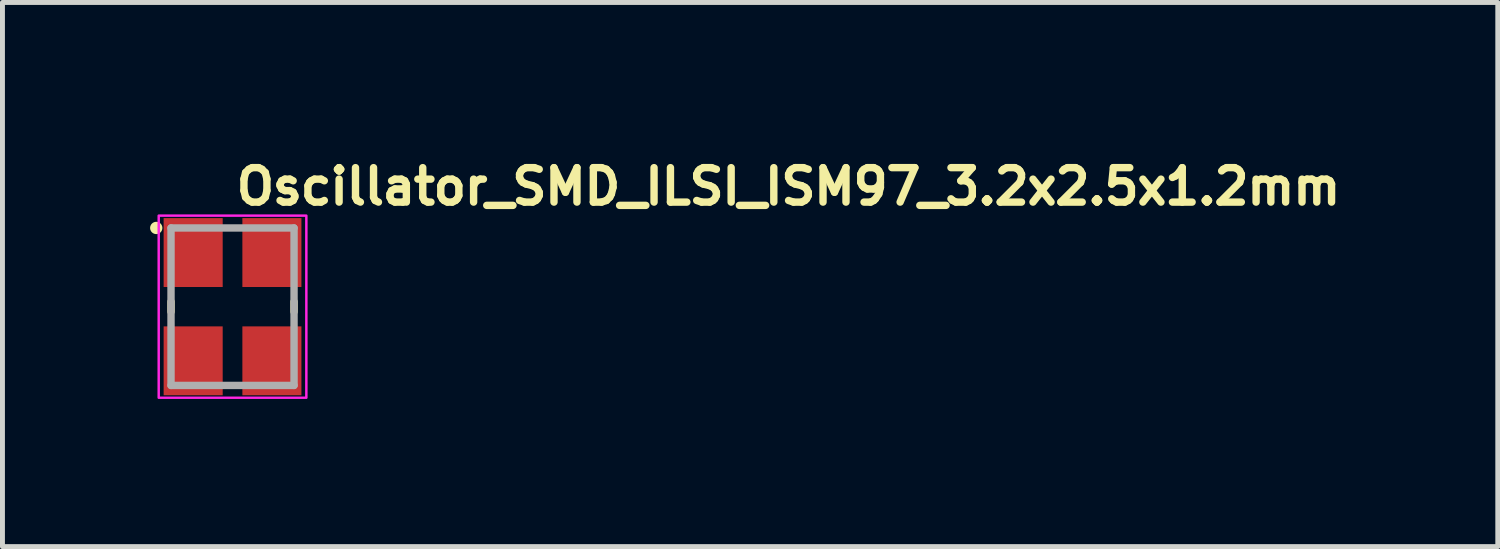
<source format=kicad_pcb>
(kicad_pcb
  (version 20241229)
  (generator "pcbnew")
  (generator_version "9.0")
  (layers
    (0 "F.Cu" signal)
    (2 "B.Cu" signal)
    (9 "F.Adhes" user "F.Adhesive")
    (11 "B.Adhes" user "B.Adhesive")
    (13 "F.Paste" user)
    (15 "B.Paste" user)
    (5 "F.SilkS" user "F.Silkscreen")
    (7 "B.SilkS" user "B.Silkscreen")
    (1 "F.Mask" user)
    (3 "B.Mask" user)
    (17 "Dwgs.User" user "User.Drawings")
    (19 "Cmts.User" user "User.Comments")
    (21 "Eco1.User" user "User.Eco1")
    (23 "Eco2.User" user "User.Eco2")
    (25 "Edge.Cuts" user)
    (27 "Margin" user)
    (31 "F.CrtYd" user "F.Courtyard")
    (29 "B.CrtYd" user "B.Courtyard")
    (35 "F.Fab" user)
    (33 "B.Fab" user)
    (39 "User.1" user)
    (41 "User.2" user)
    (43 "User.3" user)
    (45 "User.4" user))
  (footprint "Oscillator_SMD_ILSI_ISM97_3.2x2.5x1.2mm"
    (layer "F.Cu")
    (at 1.675 3.182)
    (property "Reference" "Oscillator_SMD_ILSI_ISM97_3.2x2.5x1.2mm" (at 0 -2.032 0) (unlocked yes) (layer "F.SilkS") (effects (font (size 0.7 0.7) (thickness 0.15)) (justify left bottom)))
    (attr smd)
    (fp_line (start -1.25 -0.102) (end -1.25 0.102) (stroke (width 0.15) (type solid)) (layer "F.SilkS"))
    (fp_line (start 1.25 -0.102) (end 1.25 0.102) (stroke (width 0.15) (type solid)) (layer "F.SilkS"))
    (fp_circle (center -1.55 -1.6) (end -1.5 -1.6) (stroke (width 0.15) (type solid)) (fill yes) (layer "F.SilkS"))
    (fp_rect (start 1.5 -1.85) (end -1.5 1.85) (stroke (width 0.05) (type solid)) (fill no) (layer "F.CrtYd"))
    (fp_line (start -1.25 -1.6) (end -1.25 1.6) (stroke (width 0.15) (type solid)) (layer "F.Fab"))
    (fp_line (start 1.25 -1.6) (end -1.25 -1.6) (stroke (width 0.15) (type solid)) (layer "F.Fab"))
    (fp_line (start 1.25 -1.6) (end 1.25 1.6) (stroke (width 0.15) (type solid)) (layer "F.Fab"))
    (fp_line (start 1.25 1.6) (end -1.25 1.6) (stroke (width 0.15) (type solid)) (layer "F.Fab"))
    (fp_rect (start 1.25 -1.6) (end -1.25 1.6) (stroke (width 0.1) (type solid)) (fill no) (layer "User.5"))
    (fp_line (start -1.25 -1.475) (end -1.25 1.475) (stroke (width 0.02) (type solid)) (layer "User.9"))
    (fp_line (start -1.25 -1.475) (end -1.244 -1.475) (stroke (width 0.02) (type solid)) (layer "User.9"))
    (fp_line (start -1.244 -1.475) (end -1.238 -1.476) (stroke (width 0.02) (type solid)) (layer "User.9"))
    (fp_line (start -1.244 1.475) (end -1.25 1.475) (stroke (width 0.02) (type solid)) (layer "User.9"))
    (fp_line (start -1.238 -1.476) (end -1.232 -1.476) (stroke (width 0.02) (type solid)) (layer "User.9"))
    (fp_line (start -1.238 1.476) (end -1.244 1.475) (stroke (width 0.02) (type solid)) (layer "User.9"))
    (fp_line (start -1.232 -1.476) (end -1.226 -1.477) (stroke (width 0.02) (type solid)) (layer "User.9"))
    (fp_line (start -1.232 1.476) (end -1.238 1.476) (stroke (width 0.02) (type solid)) (layer "User.9"))
    (fp_line (start -1.226 -1.477) (end -1.22 -1.479) (stroke (width 0.02) (type solid)) (layer "User.9"))
    (fp_line (start -1.226 1.477) (end -1.232 1.476) (stroke (width 0.02) (type solid)) (layer "User.9"))
    (fp_line (start -1.22 -1.479) (end -1.214 -1.48) (stroke (width 0.02) (type solid)) (layer "User.9"))
    (fp_line (start -1.22 1.479) (end -1.226 1.477) (stroke (width 0.02) (type solid)) (layer "User.9"))
    (fp_line (start -1.214 -1.48) (end -1.208 -1.482) (stroke (width 0.02) (type solid)) (layer "User.9"))
    (fp_line (start -1.214 1.48) (end -1.22 1.479) (stroke (width 0.02) (type solid)) (layer "User.9"))
    (fp_line (start -1.208 -1.482) (end -1.202 -1.485) (stroke (width 0.02) (type solid)) (layer "User.9"))
    (fp_line (start -1.208 1.482) (end -1.214 1.48) (stroke (width 0.02) (type solid)) (layer "User.9"))
    (fp_line (start -1.202 -1.485) (end -1.197 -1.487) (stroke (width 0.02) (type solid)) (layer "User.9"))
    (fp_line (start -1.202 1.485) (end -1.208 1.482) (stroke (width 0.02) (type solid)) (layer "User.9"))
    (fp_line (start -1.197 -1.487) (end -1.191 -1.49) (stroke (width 0.02) (type solid)) (layer "User.9"))
    (fp_line (start -1.197 1.487) (end -1.202 1.485) (stroke (width 0.02) (type solid)) (layer "User.9"))
    (fp_line (start -1.191 -1.49) (end -1.186 -1.493) (stroke (width 0.02) (type solid)) (layer "User.9"))
    (fp_line (start -1.191 1.49) (end -1.197 1.487) (stroke (width 0.02) (type solid)) (layer "User.9"))
    (fp_line (start -1.186 -1.493) (end -1.181 -1.496) (stroke (width 0.02) (type solid)) (layer "User.9"))
    (fp_line (start -1.186 1.493) (end -1.191 1.49) (stroke (width 0.02) (type solid)) (layer "User.9"))
    (fp_line (start -1.181 -1.496) (end -1.176 -1.5) (stroke (width 0.02) (type solid)) (layer "User.9"))
    (fp_line (start -1.181 1.496) (end -1.186 1.493) (stroke (width 0.02) (type solid)) (layer "User.9"))
    (fp_line (start -1.176 -1.5) (end -1.171 -1.503) (stroke (width 0.02) (type solid)) (layer "User.9"))
    (fp_line (start -1.176 1.5) (end -1.181 1.496) (stroke (width 0.02) (type solid)) (layer "User.9"))
    (fp_line (start -1.171 -1.503) (end -1.166 -1.507) (stroke (width 0.02) (type solid)) (layer "User.9"))
    (fp_line (start -1.171 1.503) (end -1.176 1.5) (stroke (width 0.02) (type solid)) (layer "User.9"))
    (fp_line (start -1.166 -1.507) (end -1.162 -1.512) (stroke (width 0.02) (type solid)) (layer "User.9"))
    (fp_line (start -1.166 1.507) (end -1.171 1.503) (stroke (width 0.02) (type solid)) (layer "User.9"))
    (fp_line (start -1.162 -1.512) (end -1.162 -1.512) (stroke (width 0.02) (type solid)) (layer "User.9"))
    (fp_line (start -1.162 -1.512) (end -1.157 -1.516) (stroke (width 0.02) (type solid)) (layer "User.9"))
    (fp_line (start -1.162 1.512) (end -1.166 1.507) (stroke (width 0.02) (type solid)) (layer "User.9"))
    (fp_line (start -1.162 1.512) (end -1.162 1.512) (stroke (width 0.02) (type solid)) (layer "User.9"))
    (fp_line (start -1.157 -1.516) (end -1.153 -1.521) (stroke (width 0.02) (type solid)) (layer "User.9"))
    (fp_line (start -1.157 1.516) (end -1.162 1.512) (stroke (width 0.02) (type solid)) (layer "User.9"))
    (fp_line (start -1.153 -1.521) (end -1.15 -1.526) (stroke (width 0.02) (type solid)) (layer "User.9"))
    (fp_line (start -1.153 1.521) (end -1.157 1.516) (stroke (width 0.02) (type solid)) (layer "User.9"))
    (fp_line (start -1.15 -1.526) (end -1.146 -1.531) (stroke (width 0.02) (type solid)) (layer "User.9"))
    (fp_line (start -1.15 -1.41) (end -1.15 -1.405) (stroke (width 0.02) (type solid)) (layer "User.9"))
    (fp_line (start -1.15 -1.405) (end -1.15 -1.4) (stroke (width 0.02) (type solid)) (layer "User.9"))
    (fp_line (start -1.15 -1.4) (end -1.15 1.4) (stroke (width 0.02) (type solid)) (layer "User.9"))
    (fp_line (start -1.15 1.4) (end -1.15 1.405) (stroke (width 0.02) (type solid)) (layer "User.9"))
    (fp_line (start -1.15 1.405) (end -1.15 1.41) (stroke (width 0.02) (type solid)) (layer "User.9"))
    (fp_line (start -1.15 1.41) (end -1.149 1.415) (stroke (width 0.02) (type solid)) (layer "User.9"))
    (fp_line (start -1.15 1.526) (end -1.153 1.521) (stroke (width 0.02) (type solid)) (layer "User.9"))
    (fp_line (start -1.149 -1.415) (end -1.15 -1.41) (stroke (width 0.02) (type solid)) (layer "User.9"))
    (fp_line (start -1.149 1.415) (end -1.148 1.42) (stroke (width 0.02) (type solid)) (layer "User.9"))
    (fp_line (start -1.148 -1.42) (end -1.149 -1.415) (stroke (width 0.02) (type solid)) (layer "User.9"))
    (fp_line (start -1.148 1.42) (end -1.147 1.424) (stroke (width 0.02) (type solid)) (layer "User.9"))
    (fp_line (start -1.147 -1.424) (end -1.148 -1.42) (stroke (width 0.02) (type solid)) (layer "User.9"))
    (fp_line (start -1.147 1.424) (end -1.146 1.429) (stroke (width 0.02) (type solid)) (layer "User.9"))
    (fp_line (start -1.146 -1.531) (end -1.143 -1.536) (stroke (width 0.02) (type solid)) (layer "User.9"))
    (fp_line (start -1.146 -1.429) (end -1.147 -1.424) (stroke (width 0.02) (type solid)) (layer "User.9"))
    (fp_line (start -1.146 1.429) (end -1.144 1.434) (stroke (width 0.02) (type solid)) (layer "User.9"))
    (fp_line (start -1.146 1.531) (end -1.15 1.526) (stroke (width 0.02) (type solid)) (layer "User.9"))
    (fp_line (start -1.144 -1.434) (end -1.146 -1.429) (stroke (width 0.02) (type solid)) (layer "User.9"))
    (fp_line (start -1.144 1.434) (end -1.142 1.438) (stroke (width 0.02) (type solid)) (layer "User.9"))
    (fp_line (start -1.143 -1.536) (end -1.14 -1.541) (stroke (width 0.02) (type solid)) (layer "User.9"))
    (fp_line (start -1.143 1.536) (end -1.146 1.531) (stroke (width 0.02) (type solid)) (layer "User.9"))
    (fp_line (start -1.142 -1.438) (end -1.144 -1.434) (stroke (width 0.02) (type solid)) (layer "User.9"))
    (fp_line (start -1.142 1.438) (end -1.14 1.443) (stroke (width 0.02) (type solid)) (layer "User.9"))
    (fp_line (start -1.14 -1.541) (end -1.137 -1.547) (stroke (width 0.02) (type solid)) (layer "User.9"))
    (fp_line (start -1.14 -1.443) (end -1.142 -1.438) (stroke (width 0.02) (type solid)) (layer "User.9"))
    (fp_line (start -1.14 1.443) (end -1.138 1.447) (stroke (width 0.02) (type solid)) (layer "User.9"))
    (fp_line (start -1.14 1.541) (end -1.143 1.536) (stroke (width 0.02) (type solid)) (layer "User.9"))
    (fp_line (start -1.138 -1.447) (end -1.14 -1.443) (stroke (width 0.02) (type solid)) (layer "User.9"))
    (fp_line (start -1.138 1.447) (end -1.136 1.451) (stroke (width 0.02) (type solid)) (layer "User.9"))
    (fp_line (start -1.137 -1.547) (end -1.135 -1.552) (stroke (width 0.02) (type solid)) (layer "User.9"))
    (fp_line (start -1.137 1.547) (end -1.14 1.541) (stroke (width 0.02) (type solid)) (layer "User.9"))
    (fp_line (start -1.136 -1.451) (end -1.138 -1.447) (stroke (width 0.02) (type solid)) (layer "User.9"))
    (fp_line (start -1.136 1.451) (end -1.133 1.455) (stroke (width 0.02) (type solid)) (layer "User.9"))
    (fp_line (start -1.135 -1.552) (end -1.132 -1.558) (stroke (width 0.02) (type solid)) (layer "User.9"))
    (fp_line (start -1.135 1.552) (end -1.137 1.547) (stroke (width 0.02) (type solid)) (layer "User.9"))
    (fp_line (start -1.133 -1.455) (end -1.136 -1.451) (stroke (width 0.02) (type solid)) (layer "User.9"))
    (fp_line (start -1.133 1.455) (end -1.13 1.459) (stroke (width 0.02) (type solid)) (layer "User.9"))
    (fp_line (start -1.132 -1.558) (end -1.13 -1.564) (stroke (width 0.02) (type solid)) (layer "User.9"))
    (fp_line (start -1.132 1.558) (end -1.135 1.552) (stroke (width 0.02) (type solid)) (layer "User.9"))
    (fp_line (start -1.13 -1.564) (end -1.129 -1.57) (stroke (width 0.02) (type solid)) (layer "User.9"))
    (fp_line (start -1.13 -1.459) (end -1.133 -1.455) (stroke (width 0.02) (type solid)) (layer "User.9"))
    (fp_line (start -1.13 1.459) (end -1.127 1.463) (stroke (width 0.02) (type solid)) (layer "User.9"))
    (fp_line (start -1.13 1.564) (end -1.132 1.558) (stroke (width 0.02) (type solid)) (layer "User.9"))
    (fp_line (start -1.129 -1.57) (end -1.127 -1.575) (stroke (width 0.02) (type solid)) (layer "User.9"))
    (fp_line (start -1.129 1.57) (end -1.13 1.564) (stroke (width 0.02) (type solid)) (layer "User.9"))
    (fp_line (start -1.127 -1.575) (end -1.126 -1.582) (stroke (width 0.02) (type solid)) (layer "User.9"))
    (fp_line (start -1.127 -1.463) (end -1.13 -1.459) (stroke (width 0.02) (type solid)) (layer "User.9"))
    (fp_line (start -1.127 1.463) (end -1.124 1.467) (stroke (width 0.02) (type solid)) (layer "User.9"))
    (fp_line (start -1.127 1.575) (end -1.129 1.57) (stroke (width 0.02) (type solid)) (layer "User.9"))
    (fp_line (start -1.126 -1.588) (end -1.125 -1.594) (stroke (width 0.02) (type solid)) (layer "User.9"))
    (fp_line (start -1.126 -1.582) (end -1.126 -1.588) (stroke (width 0.02) (type solid)) (layer "User.9"))
    (fp_line (start -1.126 1.582) (end -1.127 1.575) (stroke (width 0.02) (type solid)) (layer "User.9"))
    (fp_line (start -1.126 1.588) (end -1.126 1.582) (stroke (width 0.02) (type solid)) (layer "User.9"))
    (fp_line (start -1.125 -1.6) (end -0.55 -1.6) (stroke (width 0.02) (type solid)) (layer "User.9"))
    (fp_line (start -1.125 -1.594) (end -1.125 -1.6) (stroke (width 0.02) (type solid)) (layer "User.9"))
    (fp_line (start -1.125 1.594) (end -1.126 1.588) (stroke (width 0.02) (type solid)) (layer "User.9"))
    (fp_line (start -1.125 1.6) (end -1.125 1.594) (stroke (width 0.02) (type solid)) (layer "User.9"))
    (fp_line (start -1.125 1.6) (end -0.55 1.6) (stroke (width 0.02) (type solid)) (layer "User.9"))
    (fp_line (start -1.124 -1.467) (end -1.127 -1.463) (stroke (width 0.02) (type solid)) (layer "User.9"))
    (fp_line (start -1.124 1.467) (end -1.121 1.471) (stroke (width 0.02) (type solid)) (layer "User.9"))
    (fp_line (start -1.121 -1.471) (end -1.124 -1.467) (stroke (width 0.02) (type solid)) (layer "User.9"))
    (fp_line (start -1.121 -1.471) (end -1.121 -1.471) (stroke (width 0.02) (type solid)) (layer "User.9"))
    (fp_line (start -1.121 1.471) (end -1.121 1.471) (stroke (width 0.02) (type solid)) (layer "User.9"))
    (fp_line (start -1.121 1.471) (end -1.117 1.474) (stroke (width 0.02) (type solid)) (layer "User.9"))
    (fp_line (start -1.117 -1.474) (end -1.121 -1.471) (stroke (width 0.02) (type solid)) (layer "User.9"))
    (fp_line (start -1.117 1.474) (end -1.113 1.477) (stroke (width 0.02) (type solid)) (layer "User.9"))
    (fp_line (start -1.113 -1.477) (end -1.117 -1.474) (stroke (width 0.02) (type solid)) (layer "User.9"))
    (fp_line (start -1.113 1.477) (end -1.109 1.48) (stroke (width 0.02) (type solid)) (layer "User.9"))
    (fp_line (start -1.109 -1.48) (end -1.113 -1.477) (stroke (width 0.02) (type solid)) (layer "User.9"))
    (fp_line (start -1.109 1.48) (end -1.105 1.483) (stroke (width 0.02) (type solid)) (layer "User.9"))
    (fp_line (start -1.105 -1.483) (end -1.109 -1.48) (stroke (width 0.02) (type solid)) (layer "User.9"))
    (fp_line (start -1.105 1.483) (end -1.101 1.486) (stroke (width 0.02) (type solid)) (layer "User.9"))
    (fp_line (start -1.101 -1.486) (end -1.105 -1.483) (stroke (width 0.02) (type solid)) (layer "User.9"))
    (fp_line (start -1.101 1.486) (end -1.097 1.488) (stroke (width 0.02) (type solid)) (layer "User.9"))
    (fp_line (start -1.1 -1.405) (end -1.1 -1.402) (stroke (width 0.02) (type solid)) (layer "User.9"))
    (fp_line (start -1.1 -1.402) (end -1.1 -1.4) (stroke (width 0.02) (type solid)) (layer "User.9"))
    (fp_line (start -1.1 -1.4) (end -1.1 1.4) (stroke (width 0.02) (type solid)) (layer "User.9"))
    (fp_line (start -1.1 1.4) (end -1.1 1.402) (stroke (width 0.02) (type solid)) (layer "User.9"))
    (fp_line (start -1.1 1.402) (end -1.1 1.405) (stroke (width 0.02) (type solid)) (layer "User.9"))
    (fp_line (start -1.1 1.405) (end -1.099 1.407) (stroke (width 0.02) (type solid)) (layer "User.9"))
    (fp_line (start -1.099 -1.41) (end -1.099 -1.407) (stroke (width 0.02) (type solid)) (layer "User.9"))
    (fp_line (start -1.099 -1.407) (end -1.1 -1.405) (stroke (width 0.02) (type solid)) (layer "User.9"))
    (fp_line (start -1.099 1.407) (end -1.099 1.41) (stroke (width 0.02) (type solid)) (layer "User.9"))
    (fp_line (start -1.099 1.41) (end -1.098 1.412) (stroke (width 0.02) (type solid)) (layer "User.9"))
    (fp_line (start -1.098 -1.415) (end -1.098 -1.412) (stroke (width 0.02) (type solid)) (layer "User.9"))
    (fp_line (start -1.098 -1.412) (end -1.099 -1.41) (stroke (width 0.02) (type solid)) (layer "User.9"))
    (fp_line (start -1.098 1.412) (end -1.098 1.415) (stroke (width 0.02) (type solid)) (layer "User.9"))
    (fp_line (start -1.098 1.415) (end -1.097 1.417) (stroke (width 0.02) (type solid)) (layer "User.9"))
    (fp_line (start -1.097 -1.488) (end -1.101 -1.486) (stroke (width 0.02) (type solid)) (layer "User.9"))
    (fp_line (start -1.097 -1.417) (end -1.098 -1.415) (stroke (width 0.02) (type solid)) (layer "User.9"))
    (fp_line (start -1.097 1.417) (end -1.096 1.419) (stroke (width 0.02) (type solid)) (layer "User.9"))
    (fp_line (start -1.097 1.488) (end -1.093 1.49) (stroke (width 0.02) (type solid)) (layer "User.9"))
    (fp_line (start -1.096 -1.419) (end -1.097 -1.417) (stroke (width 0.02) (type solid)) (layer "User.9"))
    (fp_line (start -1.096 1.419) (end -1.095 1.421) (stroke (width 0.02) (type solid)) (layer "User.9"))
    (fp_line (start -1.095 -1.421) (end -1.096 -1.419) (stroke (width 0.02) (type solid)) (layer "User.9"))
    (fp_line (start -1.095 1.421) (end -1.094 1.424) (stroke (width 0.02) (type solid)) (layer "User.9"))
    (fp_line (start -1.094 -1.424) (end -1.095 -1.421) (stroke (width 0.02) (type solid)) (layer "User.9"))
    (fp_line (start -1.094 1.424) (end -1.093 1.426) (stroke (width 0.02) (type solid)) (layer "User.9"))
    (fp_line (start -1.093 -1.49) (end -1.097 -1.488) (stroke (width 0.02) (type solid)) (layer "User.9"))
    (fp_line (start -1.093 -1.426) (end -1.094 -1.424) (stroke (width 0.02) (type solid)) (layer "User.9"))
    (fp_line (start -1.093 1.426) (end -1.092 1.428) (stroke (width 0.02) (type solid)) (layer "User.9"))
    (fp_line (start -1.093 1.49) (end -1.088 1.492) (stroke (width 0.02) (type solid)) (layer "User.9"))
    (fp_line (start -1.092 -1.428) (end -1.093 -1.426) (stroke (width 0.02) (type solid)) (layer "User.9"))
    (fp_line (start -1.092 1.428) (end -1.09 1.43) (stroke (width 0.02) (type solid)) (layer "User.9"))
    (fp_line (start -1.09 -1.43) (end -1.092 -1.428) (stroke (width 0.02) (type solid)) (layer "User.9"))
    (fp_line (start -1.09 1.43) (end -1.089 1.432) (stroke (width 0.02) (type solid)) (layer "User.9"))
    (fp_line (start -1.089 -1.432) (end -1.09 -1.43) (stroke (width 0.02) (type solid)) (layer "User.9"))
    (fp_line (start -1.089 1.432) (end -1.087 1.434) (stroke (width 0.02) (type solid)) (layer "User.9"))
    (fp_line (start -1.088 -1.492) (end -1.093 -1.49) (stroke (width 0.02) (type solid)) (layer "User.9"))
    (fp_line (start -1.088 1.492) (end -1.084 1.494) (stroke (width 0.02) (type solid)) (layer "User.9"))
    (fp_line (start -1.087 -1.434) (end -1.089 -1.432) (stroke (width 0.02) (type solid)) (layer "User.9"))
    (fp_line (start -1.087 1.434) (end -1.085 1.435) (stroke (width 0.02) (type solid)) (layer "User.9"))
    (fp_line (start -1.085 -1.435) (end -1.087 -1.434) (stroke (width 0.02) (type solid)) (layer "User.9"))
    (fp_line (start -1.085 -1.435) (end -1.085 -1.435) (stroke (width 0.02) (type solid)) (layer "User.9"))
    (fp_line (start -1.085 1.435) (end -1.085 1.435) (stroke (width 0.02) (type solid)) (layer "User.9"))
    (fp_line (start -1.085 1.435) (end -1.084 1.437) (stroke (width 0.02) (type solid)) (layer "User.9"))
    (fp_line (start -1.084 -1.494) (end -1.088 -1.492) (stroke (width 0.02) (type solid)) (layer "User.9"))
    (fp_line (start -1.084 -1.437) (end -1.085 -1.435) (stroke (width 0.02) (type solid)) (layer "User.9"))
    (fp_line (start -1.084 1.437) (end -1.082 1.439) (stroke (width 0.02) (type solid)) (layer "User.9"))
    (fp_line (start -1.084 1.494) (end -1.079 1.496) (stroke (width 0.02) (type solid)) (layer "User.9"))
    (fp_line (start -1.082 -1.439) (end -1.084 -1.437) (stroke (width 0.02) (type solid)) (layer "User.9"))
    (fp_line (start -1.082 1.439) (end -1.08 1.44) (stroke (width 0.02) (type solid)) (layer "User.9"))
    (fp_line (start -1.08 -1.44) (end -1.082 -1.439) (stroke (width 0.02) (type solid)) (layer "User.9"))
    (fp_line (start -1.08 1.44) (end -1.078 1.442) (stroke (width 0.02) (type solid)) (layer "User.9"))
    (fp_line (start -1.079 -1.496) (end -1.084 -1.494) (stroke (width 0.02) (type solid)) (layer "User.9"))
    (fp_line (start -1.079 1.496) (end -1.074 1.497) (stroke (width 0.02) (type solid)) (layer "User.9"))
    (fp_line (start -1.078 -1.442) (end -1.08 -1.44) (stroke (width 0.02) (type solid)) (layer "User.9"))
    (fp_line (start -1.078 1.442) (end -1.076 1.443) (stroke (width 0.02) (type solid)) (layer "User.9"))
    (fp_line (start -1.076 -1.443) (end -1.078 -1.442) (stroke (width 0.02) (type solid)) (layer "User.9"))
    (fp_line (start -1.076 1.443) (end -1.074 1.444) (stroke (width 0.02) (type solid)) (layer "User.9"))
    (fp_line (start -1.074 -1.497) (end -1.079 -1.496) (stroke (width 0.02) (type solid)) (layer "User.9"))
    (fp_line (start -1.074 -1.444) (end -1.076 -1.443) (stroke (width 0.02) (type solid)) (layer "User.9"))
    (fp_line (start -1.074 1.444) (end -1.071 1.445) (stroke (width 0.02) (type solid)) (layer "User.9"))
    (fp_line (start -1.074 1.497) (end -1.07 1.498) (stroke (width 0.02) (type solid)) (layer "User.9"))
    (fp_line (start -1.071 -1.445) (end -1.074 -1.444) (stroke (width 0.02) (type solid)) (layer "User.9"))
    (fp_line (start -1.071 1.445) (end -1.069 1.446) (stroke (width 0.02) (type solid)) (layer "User.9"))
    (fp_line (start -1.07 -1.498) (end -1.074 -1.497) (stroke (width 0.02) (type solid)) (layer "User.9"))
    (fp_line (start -1.07 1.498) (end -1.065 1.499) (stroke (width 0.02) (type solid)) (layer "User.9"))
    (fp_line (start -1.069 -1.446) (end -1.071 -1.445) (stroke (width 0.02) (type solid)) (layer "User.9"))
    (fp_line (start -1.069 1.446) (end -1.067 1.447) (stroke (width 0.02) (type solid)) (layer "User.9"))
    (fp_line (start -1.067 -1.447) (end -1.069 -1.446) (stroke (width 0.02) (type solid)) (layer "User.9"))
    (fp_line (start -1.067 1.447) (end -1.065 1.448) (stroke (width 0.02) (type solid)) (layer "User.9"))
    (fp_line (start -1.065 -1.499) (end -1.07 -1.498) (stroke (width 0.02) (type solid)) (layer "User.9"))
    (fp_line (start -1.065 -1.448) (end -1.067 -1.447) (stroke (width 0.02) (type solid)) (layer "User.9"))
    (fp_line (start -1.065 1.448) (end -1.062 1.448) (stroke (width 0.02) (type solid)) (layer "User.9"))
    (fp_line (start -1.065 1.499) (end -1.06 1.5) (stroke (width 0.02) (type solid)) (layer "User.9"))
    (fp_line (start -1.062 -1.448) (end -1.065 -1.448) (stroke (width 0.02) (type solid)) (layer "User.9"))
    (fp_line (start -1.062 1.448) (end -1.06 1.449) (stroke (width 0.02) (type solid)) (layer "User.9"))
    (fp_line (start -1.06 -1.5) (end -1.065 -1.499) (stroke (width 0.02) (type solid)) (layer "User.9"))
    (fp_line (start -1.06 -1.449) (end -1.062 -1.448) (stroke (width 0.02) (type solid)) (layer "User.9"))
    (fp_line (start -1.06 1.449) (end -1.057 1.449) (stroke (width 0.02) (type solid)) (layer "User.9"))
    (fp_line (start -1.06 1.5) (end -1.055 1.5) (stroke (width 0.02) (type solid)) (layer "User.9"))
    (fp_line (start -1.057 -1.449) (end -1.06 -1.449) (stroke (width 0.02) (type solid)) (layer "User.9"))
    (fp_line (start -1.057 1.449) (end -1.055 1.45) (stroke (width 0.02) (type solid)) (layer "User.9"))
    (fp_line (start -1.055 -1.5) (end -1.06 -1.5) (stroke (width 0.02) (type solid)) (layer "User.9"))
    (fp_line (start -1.055 -1.45) (end -1.057 -1.449) (stroke (width 0.02) (type solid)) (layer "User.9"))
    (fp_line (start -1.055 1.45) (end -1.052 1.45) (stroke (width 0.02) (type solid)) (layer "User.9"))
    (fp_line (start -1.055 1.5) (end -1.05 1.5) (stroke (width 0.02) (type solid)) (layer "User.9"))
    (fp_line (start -1.052 -1.45) (end -1.055 -1.45) (stroke (width 0.02) (type solid)) (layer "User.9"))
    (fp_line (start -1.052 1.45) (end -1.05 1.45) (stroke (width 0.02) (type solid)) (layer "User.9"))
    (fp_line (start -1.05 -1.5) (end -1.055 -1.5) (stroke (width 0.02) (type solid)) (layer "User.9"))
    (fp_line (start -1.05 -1.45) (end -1.052 -1.45) (stroke (width 0.02) (type solid)) (layer "User.9"))
    (fp_line (start -1.05 1.45) (end 1.05 1.45) (stroke (width 0.02) (type solid)) (layer "User.9"))
    (fp_line (start -1.05 1.5) (end 1.05 1.5) (stroke (width 0.02) (type solid)) (layer "User.9"))
    (fp_line (start -0.55 -1.6) (end -0.49 -1.54) (stroke (width 0.02) (type solid)) (layer "User.9"))
    (fp_line (start -0.49 -1.54) (end -0.31 -1.54) (stroke (width 0.02) (type solid)) (layer "User.9"))
    (fp_line (start -0.49 1.54) (end -0.55 1.6) (stroke (width 0.02) (type solid)) (layer "User.9"))
    (fp_line (start -0.31 -1.54) (end -0.25 -1.6) (stroke (width 0.02) (type solid)) (layer "User.9"))
    (fp_line (start -0.31 1.54) (end -0.49 1.54) (stroke (width 0.02) (type solid)) (layer "User.9"))
    (fp_line (start -0.25 -1.6) (end 0.25 -1.6) (stroke (width 0.02) (type solid)) (layer "User.9"))
    (fp_line (start -0.25 1.6) (end -0.31 1.54) (stroke (width 0.02) (type solid)) (layer "User.9"))
    (fp_line (start -0.25 1.6) (end 0.25 1.6) (stroke (width 0.02) (type solid)) (layer "User.9"))
    (fp_line (start 0.25 -1.6) (end 0.31 -1.54) (stroke (width 0.02) (type solid)) (layer "User.9"))
    (fp_line (start 0.31 -1.54) (end 0.49 -1.54) (stroke (width 0.02) (type solid)) (layer "User.9"))
    (fp_line (start 0.31 1.54) (end 0.25 1.6) (stroke (width 0.02) (type solid)) (layer "User.9"))
    (fp_line (start 0.49 -1.54) (end 0.55 -1.6) (stroke (width 0.02) (type solid)) (layer "User.9"))
    (fp_line (start 0.49 1.54) (end 0.31 1.54) (stroke (width 0.02) (type solid)) (layer "User.9"))
    (fp_line (start 0.55 -1.6) (end 1.125 -1.6) (stroke (width 0.02) (type solid)) (layer "User.9"))
    (fp_line (start 0.55 1.6) (end 0.49 1.54) (stroke (width 0.02) (type solid)) (layer "User.9"))
    (fp_line (start 0.55 1.6) (end 1.125 1.6) (stroke (width 0.02) (type solid)) (layer "User.9"))
    (fp_line (start 1.05 -1.5) (end -1.05 -1.5) (stroke (width 0.02) (type solid)) (layer "User.9"))
    (fp_line (start 1.05 -1.45) (end -1.05 -1.45) (stroke (width 0.02) (type solid)) (layer "User.9"))
    (fp_line (start 1.05 1.45) (end 1.052 1.45) (stroke (width 0.02) (type solid)) (layer "User.9"))
    (fp_line (start 1.05 1.5) (end 1.055 1.5) (stroke (width 0.02) (type solid)) (layer "User.9"))
    (fp_line (start 1.052 -1.45) (end 1.05 -1.45) (stroke (width 0.02) (type solid)) (layer "User.9"))
    (fp_line (start 1.052 1.45) (end 1.055 1.45) (stroke (width 0.02) (type solid)) (layer "User.9"))
    (fp_line (start 1.055 -1.5) (end 1.05 -1.5) (stroke (width 0.02) (type solid)) (layer "User.9"))
    (fp_line (start 1.055 -1.45) (end 1.052 -1.45) (stroke (width 0.02) (type solid)) (layer "User.9"))
    (fp_line (start 1.055 1.45) (end 1.057 1.449) (stroke (width 0.02) (type solid)) (layer "User.9"))
    (fp_line (start 1.055 1.5) (end 1.06 1.5) (stroke (width 0.02) (type solid)) (layer "User.9"))
    (fp_line (start 1.057 -1.449) (end 1.055 -1.45) (stroke (width 0.02) (type solid)) (layer "User.9"))
    (fp_line (start 1.057 1.449) (end 1.06 1.449) (stroke (width 0.02) (type solid)) (layer "User.9"))
    (fp_line (start 1.06 -1.5) (end 1.055 -1.5) (stroke (width 0.02) (type solid)) (layer "User.9"))
    (fp_line (start 1.06 -1.449) (end 1.057 -1.449) (stroke (width 0.02) (type solid)) (layer "User.9"))
    (fp_line (start 1.06 1.449) (end 1.062 1.448) (stroke (width 0.02) (type solid)) (layer "User.9"))
    (fp_line (start 1.06 1.5) (end 1.065 1.499) (stroke (width 0.02) (type solid)) (layer "User.9"))
    (fp_line (start 1.062 -1.448) (end 1.06 -1.449) (stroke (width 0.02) (type solid)) (layer "User.9"))
    (fp_line (start 1.062 1.448) (end 1.065 1.448) (stroke (width 0.02) (type solid)) (layer "User.9"))
    (fp_line (start 1.065 -1.499) (end 1.06 -1.5) (stroke (width 0.02) (type solid)) (layer "User.9"))
    (fp_line (start 1.065 -1.448) (end 1.062 -1.448) (stroke (width 0.02) (type solid)) (layer "User.9"))
    (fp_line (start 1.065 1.448) (end 1.067 1.447) (stroke (width 0.02) (type solid)) (layer "User.9"))
    (fp_line (start 1.065 1.499) (end 1.07 1.498) (stroke (width 0.02) (type solid)) (layer "User.9"))
    (fp_line (start 1.067 -1.447) (end 1.065 -1.448) (stroke (width 0.02) (type solid)) (layer "User.9"))
    (fp_line (start 1.067 1.447) (end 1.069 1.446) (stroke (width 0.02) (type solid)) (layer "User.9"))
    (fp_line (start 1.069 -1.446) (end 1.067 -1.447) (stroke (width 0.02) (type solid)) (layer "User.9"))
    (fp_line (start 1.069 1.446) (end 1.071 1.445) (stroke (width 0.02) (type solid)) (layer "User.9"))
    (fp_line (start 1.07 -1.498) (end 1.065 -1.499) (stroke (width 0.02) (type solid)) (layer "User.9"))
    (fp_line (start 1.07 1.498) (end 1.074 1.497) (stroke (width 0.02) (type solid)) (layer "User.9"))
    (fp_line (start 1.071 -1.445) (end 1.069 -1.446) (stroke (width 0.02) (type solid)) (layer "User.9"))
    (fp_line (start 1.071 1.445) (end 1.074 1.444) (stroke (width 0.02) (type solid)) (layer "User.9"))
    (fp_line (start 1.074 -1.497) (end 1.07 -1.498) (stroke (width 0.02) (type solid)) (layer "User.9"))
    (fp_line (start 1.074 -1.444) (end 1.071 -1.445) (stroke (width 0.02) (type solid)) (layer "User.9"))
    (fp_line (start 1.074 1.444) (end 1.076 1.443) (stroke (width 0.02) (type solid)) (layer "User.9"))
    (fp_line (start 1.074 1.497) (end 1.079 1.496) (stroke (width 0.02) (type solid)) (layer "User.9"))
    (fp_line (start 1.076 -1.443) (end 1.074 -1.444) (stroke (width 0.02) (type solid)) (layer "User.9"))
    (fp_line (start 1.076 1.443) (end 1.078 1.442) (stroke (width 0.02) (type solid)) (layer "User.9"))
    (fp_line (start 1.078 -1.442) (end 1.076 -1.443) (stroke (width 0.02) (type solid)) (layer "User.9"))
    (fp_line (start 1.078 1.442) (end 1.08 1.44) (stroke (width 0.02) (type solid)) (layer "User.9"))
    (fp_line (start 1.079 -1.496) (end 1.074 -1.497) (stroke (width 0.02) (type solid)) (layer "User.9"))
    (fp_line (start 1.079 1.496) (end 1.084 1.494) (stroke (width 0.02) (type solid)) (layer "User.9"))
    (fp_line (start 1.08 -1.44) (end 1.078 -1.442) (stroke (width 0.02) (type solid)) (layer "User.9"))
    (fp_line (start 1.08 1.44) (end 1.082 1.439) (stroke (width 0.02) (type solid)) (layer "User.9"))
    (fp_line (start 1.082 -1.439) (end 1.08 -1.44) (stroke (width 0.02) (type solid)) (layer "User.9"))
    (fp_line (start 1.082 1.439) (end 1.084 1.437) (stroke (width 0.02) (type solid)) (layer "User.9"))
    (fp_line (start 1.084 -1.494) (end 1.079 -1.496) (stroke (width 0.02) (type solid)) (layer "User.9"))
    (fp_line (start 1.084 -1.437) (end 1.082 -1.439) (stroke (width 0.02) (type solid)) (layer "User.9"))
    (fp_line (start 1.084 1.437) (end 1.085 1.435) (stroke (width 0.02) (type solid)) (layer "User.9"))
    (fp_line (start 1.084 1.494) (end 1.088 1.492) (stroke (width 0.02) (type solid)) (layer "User.9"))
    (fp_line (start 1.085 -1.435) (end 1.084 -1.437) (stroke (width 0.02) (type solid)) (layer "User.9"))
    (fp_line (start 1.085 -1.435) (end 1.085 -1.435) (stroke (width 0.02) (type solid)) (layer "User.9"))
    (fp_line (start 1.085 1.435) (end 1.085 1.435) (stroke (width 0.02) (type solid)) (layer "User.9"))
    (fp_line (start 1.085 1.435) (end 1.087 1.434) (stroke (width 0.02) (type solid)) (layer "User.9"))
    (fp_line (start 1.087 -1.434) (end 1.085 -1.435) (stroke (width 0.02) (type solid)) (layer "User.9"))
    (fp_line (start 1.087 1.434) (end 1.089 1.432) (stroke (width 0.02) (type solid)) (layer "User.9"))
    (fp_line (start 1.088 -1.492) (end 1.084 -1.494) (stroke (width 0.02) (type solid)) (layer "User.9"))
    (fp_line (start 1.088 1.492) (end 1.093 1.49) (stroke (width 0.02) (type solid)) (layer "User.9"))
    (fp_line (start 1.089 -1.432) (end 1.087 -1.434) (stroke (width 0.02) (type solid)) (layer "User.9"))
    (fp_line (start 1.089 1.432) (end 1.09 1.43) (stroke (width 0.02) (type solid)) (layer "User.9"))
    (fp_line (start 1.09 -1.43) (end 1.089 -1.432) (stroke (width 0.02) (type solid)) (layer "User.9"))
    (fp_line (start 1.09 1.43) (end 1.092 1.428) (stroke (width 0.02) (type solid)) (layer "User.9"))
    (fp_line (start 1.092 -1.428) (end 1.09 -1.43) (stroke (width 0.02) (type solid)) (layer "User.9"))
    (fp_line (start 1.092 1.428) (end 1.093 1.426) (stroke (width 0.02) (type solid)) (layer "User.9"))
    (fp_line (start 1.093 -1.49) (end 1.088 -1.492) (stroke (width 0.02) (type solid)) (layer "User.9"))
    (fp_line (start 1.093 -1.426) (end 1.092 -1.428) (stroke (width 0.02) (type solid)) (layer "User.9"))
    (fp_line (start 1.093 1.426) (end 1.094 1.424) (stroke (width 0.02) (type solid)) (layer "User.9"))
    (fp_line (start 1.093 1.49) (end 1.097 1.488) (stroke (width 0.02) (type solid)) (layer "User.9"))
    (fp_line (start 1.094 -1.424) (end 1.093 -1.426) (stroke (width 0.02) (type solid)) (layer "User.9"))
    (fp_line (start 1.094 1.424) (end 1.095 1.421) (stroke (width 0.02) (type solid)) (layer "User.9"))
    (fp_line (start 1.095 -1.421) (end 1.094 -1.424) (stroke (width 0.02) (type solid)) (layer "User.9"))
    (fp_line (start 1.095 1.421) (end 1.096 1.419) (stroke (width 0.02) (type solid)) (layer "User.9"))
    (fp_line (start 1.096 -1.419) (end 1.095 -1.421) (stroke (width 0.02) (type solid)) (layer "User.9"))
    (fp_line (start 1.096 1.419) (end 1.097 1.417) (stroke (width 0.02) (type solid)) (layer "User.9"))
    (fp_line (start 1.097 -1.488) (end 1.093 -1.49) (stroke (width 0.02) (type solid)) (layer "User.9"))
    (fp_line (start 1.097 -1.417) (end 1.096 -1.419) (stroke (width 0.02) (type solid)) (layer "User.9"))
    (fp_line (start 1.097 1.417) (end 1.098 1.415) (stroke (width 0.02) (type solid)) (layer "User.9"))
    (fp_line (start 1.097 1.488) (end 1.101 1.486) (stroke (width 0.02) (type solid)) (layer "User.9"))
    (fp_line (start 1.098 -1.415) (end 1.097 -1.417) (stroke (width 0.02) (type solid)) (layer "User.9"))
    (fp_line (start 1.098 -1.412) (end 1.098 -1.415) (stroke (width 0.02) (type solid)) (layer "User.9"))
    (fp_line (start 1.098 1.412) (end 1.099 1.41) (stroke (width 0.02) (type solid)) (layer "User.9"))
    (fp_line (start 1.098 1.415) (end 1.098 1.412) (stroke (width 0.02) (type solid)) (layer "User.9"))
    (fp_line (start 1.099 -1.41) (end 1.098 -1.412) (stroke (width 0.02) (type solid)) (layer "User.9"))
    (fp_line (start 1.099 -1.407) (end 1.099 -1.41) (stroke (width 0.02) (type solid)) (layer "User.9"))
    (fp_line (start 1.099 1.407) (end 1.1 1.405) (stroke (width 0.02) (type solid)) (layer "User.9"))
    (fp_line (start 1.099 1.41) (end 1.099 1.407) (stroke (width 0.02) (type solid)) (layer "User.9"))
    (fp_line (start 1.1 -1.405) (end 1.099 -1.407) (stroke (width 0.02) (type solid)) (layer "User.9"))
    (fp_line (start 1.1 -1.402) (end 1.1 -1.405) (stroke (width 0.02) (type solid)) (layer "User.9"))
    (fp_line (start 1.1 -1.4) (end 1.1 -1.402) (stroke (width 0.02) (type solid)) (layer "User.9"))
    (fp_line (start 1.1 1.4) (end 1.1 -1.4) (stroke (width 0.02) (type solid)) (layer "User.9"))
    (fp_line (start 1.1 1.402) (end 1.1 1.4) (stroke (width 0.02) (type solid)) (layer "User.9"))
    (fp_line (start 1.1 1.405) (end 1.1 1.402) (stroke (width 0.02) (type solid)) (layer "User.9"))
    (fp_line (start 1.101 -1.486) (end 1.097 -1.488) (stroke (width 0.02) (type solid)) (layer "User.9"))
    (fp_line (start 1.101 1.486) (end 1.105 1.483) (stroke (width 0.02) (type solid)) (layer "User.9"))
    (fp_line (start 1.105 -1.483) (end 1.101 -1.486) (stroke (width 0.02) (type solid)) (layer "User.9"))
    (fp_line (start 1.105 1.483) (end 1.109 1.48) (stroke (width 0.02) (type solid)) (layer "User.9"))
    (fp_line (start 1.109 -1.48) (end 1.105 -1.483) (stroke (width 0.02) (type solid)) (layer "User.9"))
    (fp_line (start 1.109 1.48) (end 1.113 1.477) (stroke (width 0.02) (type solid)) (layer "User.9"))
    (fp_line (start 1.113 -1.477) (end 1.109 -1.48) (stroke (width 0.02) (type solid)) (layer "User.9"))
    (fp_line (start 1.113 1.477) (end 1.117 1.474) (stroke (width 0.02) (type solid)) (layer "User.9"))
    (fp_line (start 1.117 -1.474) (end 1.113 -1.477) (stroke (width 0.02) (type solid)) (layer "User.9"))
    (fp_line (start 1.117 1.474) (end 1.121 1.471) (stroke (width 0.02) (type solid)) (layer "User.9"))
    (fp_line (start 1.121 -1.471) (end 1.117 -1.474) (stroke (width 0.02) (type solid)) (layer "User.9"))
    (fp_line (start 1.121 -1.471) (end 1.121 -1.471) (stroke (width 0.02) (type solid)) (layer "User.9"))
    (fp_line (start 1.121 1.471) (end 1.121 1.471) (stroke (width 0.02) (type solid)) (layer "User.9"))
    (fp_line (start 1.121 1.471) (end 1.124 1.467) (stroke (width 0.02) (type solid)) (layer "User.9"))
    (fp_line (start 1.124 -1.467) (end 1.121 -1.471) (stroke (width 0.02) (type solid)) (layer "User.9"))
    (fp_line (start 1.124 1.467) (end 1.127 1.463) (stroke (width 0.02) (type solid)) (layer "User.9"))
    (fp_line (start 1.125 -1.6) (end 1.125 -1.594) (stroke (width 0.02) (type solid)) (layer "User.9"))
    (fp_line (start 1.125 -1.594) (end 1.126 -1.588) (stroke (width 0.02) (type solid)) (layer "User.9"))
    (fp_line (start 1.125 1.594) (end 1.125 1.6) (stroke (width 0.02) (type solid)) (layer "User.9"))
    (fp_line (start 1.126 -1.588) (end 1.126 -1.582) (stroke (width 0.02) (type solid)) (layer "User.9"))
    (fp_line (start 1.126 -1.582) (end 1.127 -1.575) (stroke (width 0.02) (type solid)) (layer "User.9"))
    (fp_line (start 1.126 1.582) (end 1.126 1.588) (stroke (width 0.02) (type solid)) (layer "User.9"))
    (fp_line (start 1.126 1.588) (end 1.125 1.594) (stroke (width 0.02) (type solid)) (layer "User.9"))
    (fp_line (start 1.127 -1.575) (end 1.129 -1.57) (stroke (width 0.02) (type solid)) (layer "User.9"))
    (fp_line (start 1.127 -1.463) (end 1.124 -1.467) (stroke (width 0.02) (type solid)) (layer "User.9"))
    (fp_line (start 1.127 1.463) (end 1.13 1.459) (stroke (width 0.02) (type solid)) (layer "User.9"))
    (fp_line (start 1.127 1.575) (end 1.126 1.582) (stroke (width 0.02) (type solid)) (layer "User.9"))
    (fp_line (start 1.129 -1.57) (end 1.13 -1.564) (stroke (width 0.02) (type solid)) (layer "User.9"))
    (fp_line (start 1.129 1.57) (end 1.127 1.575) (stroke (width 0.02) (type solid)) (layer "User.9"))
    (fp_line (start 1.13 -1.564) (end 1.132 -1.558) (stroke (width 0.02) (type solid)) (layer "User.9"))
    (fp_line (start 1.13 -1.459) (end 1.127 -1.463) (stroke (width 0.02) (type solid)) (layer "User.9"))
    (fp_line (start 1.13 1.459) (end 1.133 1.455) (stroke (width 0.02) (type solid)) (layer "User.9"))
    (fp_line (start 1.13 1.564) (end 1.129 1.57) (stroke (width 0.02) (type solid)) (layer "User.9"))
    (fp_line (start 1.132 -1.558) (end 1.135 -1.552) (stroke (width 0.02) (type solid)) (layer "User.9"))
    (fp_line (start 1.132 1.558) (end 1.13 1.564) (stroke (width 0.02) (type solid)) (layer "User.9"))
    (fp_line (start 1.133 -1.455) (end 1.13 -1.459) (stroke (width 0.02) (type solid)) (layer "User.9"))
    (fp_line (start 1.133 1.455) (end 1.136 1.451) (stroke (width 0.02) (type solid)) (layer "User.9"))
    (fp_line (start 1.135 -1.552) (end 1.137 -1.547) (stroke (width 0.02) (type solid)) (layer "User.9"))
    (fp_line (start 1.135 1.552) (end 1.132 1.558) (stroke (width 0.02) (type solid)) (layer "User.9"))
    (fp_line (start 1.136 -1.451) (end 1.133 -1.455) (stroke (width 0.02) (type solid)) (layer "User.9"))
    (fp_line (start 1.136 1.451) (end 1.138 1.447) (stroke (width 0.02) (type solid)) (layer "User.9"))
    (fp_line (start 1.137 -1.547) (end 1.14 -1.541) (stroke (width 0.02) (type solid)) (layer "User.9"))
    (fp_line (start 1.137 1.547) (end 1.135 1.552) (stroke (width 0.02) (type solid)) (layer "User.9"))
    (fp_line (start 1.138 -1.447) (end 1.136 -1.451) (stroke (width 0.02) (type solid)) (layer "User.9"))
    (fp_line (start 1.138 1.447) (end 1.14 1.443) (stroke (width 0.02) (type solid)) (layer "User.9"))
    (fp_line (start 1.14 -1.541) (end 1.143 -1.536) (stroke (width 0.02) (type solid)) (layer "User.9"))
    (fp_line (start 1.14 -1.443) (end 1.138 -1.447) (stroke (width 0.02) (type solid)) (layer "User.9"))
    (fp_line (start 1.14 1.443) (end 1.142 1.438) (stroke (width 0.02) (type solid)) (layer "User.9"))
    (fp_line (start 1.14 1.541) (end 1.137 1.547) (stroke (width 0.02) (type solid)) (layer "User.9"))
    (fp_line (start 1.142 -1.438) (end 1.14 -1.443) (stroke (width 0.02) (type solid)) (layer "User.9"))
    (fp_line (start 1.142 1.438) (end 1.144 1.434) (stroke (width 0.02) (type solid)) (layer "User.9"))
    (fp_line (start 1.143 -1.536) (end 1.146 -1.531) (stroke (width 0.02) (type solid)) (layer "User.9"))
    (fp_line (start 1.143 1.536) (end 1.14 1.541) (stroke (width 0.02) (type solid)) (layer "User.9"))
    (fp_line (start 1.144 -1.434) (end 1.142 -1.438) (stroke (width 0.02) (type solid)) (layer "User.9"))
    (fp_line (start 1.144 1.434) (end 1.146 1.429) (stroke (width 0.02) (type solid)) (layer "User.9"))
    (fp_line (start 1.146 -1.531) (end 1.15 -1.526) (stroke (width 0.02) (type solid)) (layer "User.9"))
    (fp_line (start 1.146 -1.429) (end 1.144 -1.434) (stroke (width 0.02) (type solid)) (layer "User.9"))
    (fp_line (start 1.146 1.429) (end 1.147 1.424) (stroke (width 0.02) (type solid)) (layer "User.9"))
    (fp_line (start 1.146 1.531) (end 1.143 1.536) (stroke (width 0.02) (type solid)) (layer "User.9"))
    (fp_line (start 1.147 -1.424) (end 1.146 -1.429) (stroke (width 0.02) (type solid)) (layer "User.9"))
    (fp_line (start 1.147 1.424) (end 1.148 1.42) (stroke (width 0.02) (type solid)) (layer "User.9"))
    (fp_line (start 1.148 -1.42) (end 1.147 -1.424) (stroke (width 0.02) (type solid)) (layer "User.9"))
    (fp_line (start 1.148 1.42) (end 1.149 1.415) (stroke (width 0.02) (type solid)) (layer "User.9"))
    (fp_line (start 1.149 -1.415) (end 1.148 -1.42) (stroke (width 0.02) (type solid)) (layer "User.9"))
    (fp_line (start 1.149 1.415) (end 1.15 1.41) (stroke (width 0.02) (type solid)) (layer "User.9"))
    (fp_line (start 1.15 -1.526) (end 1.153 -1.521) (stroke (width 0.02) (type solid)) (layer "User.9"))
    (fp_line (start 1.15 -1.41) (end 1.149 -1.415) (stroke (width 0.02) (type solid)) (layer "User.9"))
    (fp_line (start 1.15 -1.405) (end 1.15 -1.41) (stroke (width 0.02) (type solid)) (layer "User.9"))
    (fp_line (start 1.15 -1.4) (end 1.15 -1.405) (stroke (width 0.02) (type solid)) (layer "User.9"))
    (fp_line (start 1.15 1.4) (end 1.15 -1.4) (stroke (width 0.02) (type solid)) (layer "User.9"))
    (fp_line (start 1.15 1.405) (end 1.15 1.4) (stroke (width 0.02) (type solid)) (layer "User.9"))
    (fp_line (start 1.15 1.41) (end 1.15 1.405) (stroke (width 0.02) (type solid)) (layer "User.9"))
    (fp_line (start 1.15 1.526) (end 1.146 1.531) (stroke (width 0.02) (type solid)) (layer "User.9"))
    (fp_line (start 1.153 -1.521) (end 1.157 -1.516) (stroke (width 0.02) (type solid)) (layer "User.9"))
    (fp_line (start 1.153 1.521) (end 1.15 1.526) (stroke (width 0.02) (type solid)) (layer "User.9"))
    (fp_line (start 1.157 -1.516) (end 1.162 -1.512) (stroke (width 0.02) (type solid)) (layer "User.9"))
    (fp_line (start 1.157 1.516) (end 1.153 1.521) (stroke (width 0.02) (type solid)) (layer "User.9"))
    (fp_line (start 1.162 -1.512) (end 1.162 -1.512) (stroke (width 0.02) (type solid)) (layer "User.9"))
    (fp_line (start 1.162 -1.512) (end 1.166 -1.507) (stroke (width 0.02) (type solid)) (layer "User.9"))
    (fp_line (start 1.162 1.512) (end 1.157 1.516) (stroke (width 0.02) (type solid)) (layer "User.9"))
    (fp_line (start 1.162 1.512) (end 1.162 1.512) (stroke (width 0.02) (type solid)) (layer "User.9"))
    (fp_line (start 1.166 -1.507) (end 1.171 -1.503) (stroke (width 0.02) (type solid)) (layer "User.9"))
    (fp_line (start 1.166 1.507) (end 1.162 1.512) (stroke (width 0.02) (type solid)) (layer "User.9"))
    (fp_line (start 1.171 -1.503) (end 1.176 -1.5) (stroke (width 0.02) (type solid)) (layer "User.9"))
    (fp_line (start 1.171 1.503) (end 1.166 1.507) (stroke (width 0.02) (type solid)) (layer "User.9"))
    (fp_line (start 1.176 -1.5) (end 1.181 -1.496) (stroke (width 0.02) (type solid)) (layer "User.9"))
    (fp_line (start 1.176 1.5) (end 1.171 1.503) (stroke (width 0.02) (type solid)) (layer "User.9"))
    (fp_line (start 1.181 -1.496) (end 1.186 -1.493) (stroke (width 0.02) (type solid)) (layer "User.9"))
    (fp_line (start 1.181 1.496) (end 1.176 1.5) (stroke (width 0.02) (type solid)) (layer "User.9"))
    (fp_line (start 1.186 -1.493) (end 1.191 -1.49) (stroke (width 0.02) (type solid)) (layer "User.9"))
    (fp_line (start 1.186 1.493) (end 1.181 1.496) (stroke (width 0.02) (type solid)) (layer "User.9"))
    (fp_line (start 1.191 -1.49) (end 1.197 -1.487) (stroke (width 0.02) (type solid)) (layer "User.9"))
    (fp_line (start 1.191 1.49) (end 1.186 1.493) (stroke (width 0.02) (type solid)) (layer "User.9"))
    (fp_line (start 1.197 -1.487) (end 1.202 -1.485) (stroke (width 0.02) (type solid)) (layer "User.9"))
    (fp_line (start 1.197 1.487) (end 1.191 1.49) (stroke (width 0.02) (type solid)) (layer "User.9"))
    (fp_line (start 1.202 -1.485) (end 1.208 -1.482) (stroke (width 0.02) (type solid)) (layer "User.9"))
    (fp_line (start 1.202 1.485) (end 1.197 1.487) (stroke (width 0.02) (type solid)) (layer "User.9"))
    (fp_line (start 1.208 -1.482) (end 1.214 -1.48) (stroke (width 0.02) (type solid)) (layer "User.9"))
    (fp_line (start 1.208 1.482) (end 1.202 1.485) (stroke (width 0.02) (type solid)) (layer "User.9"))
    (fp_line (start 1.214 -1.48) (end 1.22 -1.479) (stroke (width 0.02) (type solid)) (layer "User.9"))
    (fp_line (start 1.214 1.48) (end 1.208 1.482) (stroke (width 0.02) (type solid)) (layer "User.9"))
    (fp_line (start 1.22 -1.479) (end 1.226 -1.477) (stroke (width 0.02) (type solid)) (layer "User.9"))
    (fp_line (start 1.22 1.479) (end 1.214 1.48) (stroke (width 0.02) (type solid)) (layer "User.9"))
    (fp_line (start 1.226 -1.477) (end 1.232 -1.476) (stroke (width 0.02) (type solid)) (layer "User.9"))
    (fp_line (start 1.226 1.477) (end 1.22 1.479) (stroke (width 0.02) (type solid)) (layer "User.9"))
    (fp_line (start 1.232 -1.476) (end 1.238 -1.476) (stroke (width 0.02) (type solid)) (layer "User.9"))
    (fp_line (start 1.232 1.476) (end 1.226 1.477) (stroke (width 0.02) (type solid)) (layer "User.9"))
    (fp_line (start 1.238 -1.476) (end 1.244 -1.475) (stroke (width 0.02) (type solid)) (layer "User.9"))
    (fp_line (start 1.238 1.476) (end 1.232 1.476) (stroke (width 0.02) (type solid)) (layer "User.9"))
    (fp_line (start 1.244 -1.475) (end 1.25 -1.475) (stroke (width 0.02) (type solid)) (layer "User.9"))
    (fp_line (start 1.244 1.475) (end 1.238 1.476) (stroke (width 0.02) (type solid)) (layer "User.9"))
    (fp_line (start 1.25 -1.475) (end 1.25 1.475) (stroke (width 0.02) (type solid)) (layer "User.9"))
    (fp_line (start 1.25 1.475) (end 1.244 1.475) (stroke (width 0.02) (type solid)) (layer "User.9"))
    (pad "1" smd rect (at -0.8 -1.1) (size 1.2 1.4) (layers "F.Cu" "F.Mask" "F.Paste"))
    (pad "2" smd rect (at -0.8 1.1) (size 1.2 1.4) (layers "F.Cu" "F.Mask" "F.Paste"))
    (pad "3" smd rect (at 0.8 1.1) (size 1.2 1.4) (layers "F.Cu" "F.Mask" "F.Paste"))
    (pad "4" smd rect (at 0.8 -1.1) (size 1.2 1.4) (layers "F.Cu" "F.Mask" "F.Paste")))
  (gr_rect
    (start -3 -3)
    (end 27.385 8.057)
    (stroke (width 0.1) (type default))
    (fill no)
    (layer "Edge.Cuts")))
</source>
